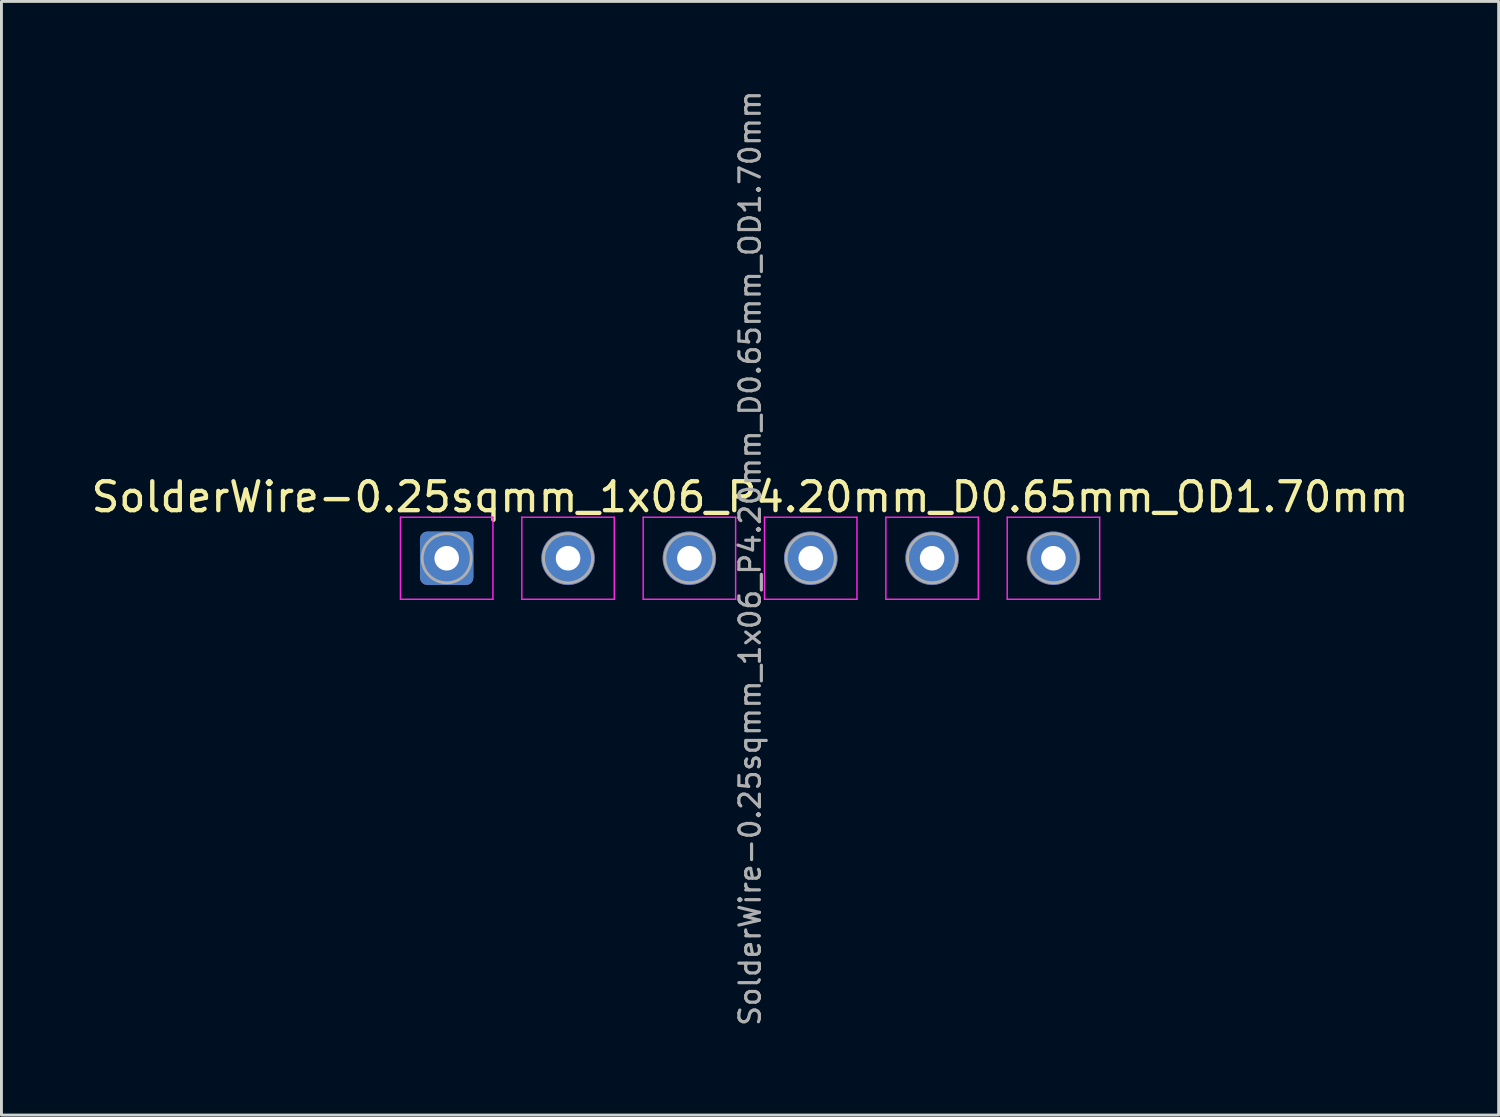
<source format=kicad_pcb>
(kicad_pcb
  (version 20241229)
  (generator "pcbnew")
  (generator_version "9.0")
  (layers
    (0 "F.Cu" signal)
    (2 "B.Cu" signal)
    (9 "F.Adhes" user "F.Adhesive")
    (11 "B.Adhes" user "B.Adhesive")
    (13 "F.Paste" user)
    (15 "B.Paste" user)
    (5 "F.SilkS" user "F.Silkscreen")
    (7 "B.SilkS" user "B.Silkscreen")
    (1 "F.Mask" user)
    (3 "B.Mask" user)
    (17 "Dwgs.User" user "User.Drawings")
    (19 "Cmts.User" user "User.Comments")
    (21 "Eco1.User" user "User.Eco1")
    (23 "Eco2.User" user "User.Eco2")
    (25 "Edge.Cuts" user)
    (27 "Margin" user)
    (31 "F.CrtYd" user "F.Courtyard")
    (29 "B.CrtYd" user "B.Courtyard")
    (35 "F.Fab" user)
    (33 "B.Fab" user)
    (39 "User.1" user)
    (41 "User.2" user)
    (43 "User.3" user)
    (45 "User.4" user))
  (footprint "SolderWire-0.25sqmm_1x06_P4.20mm_D0.65mm_OD1.70mm"
    (layer "F.Cu")
    (at 12.411 16.272)
    (property "Reference" "SolderWire-0.25sqmm_1x06_P4.20mm_D0.65mm_OD1.70mm" (at 10.5 -2.12 0) (layer "F.SilkS") (effects (font (size 1 1) (thickness 0.15))))
    (attr exclude_from_pos_files exclude_from_bom)
    (fp_line (start -1.6 -1.42) (end -1.6 1.42) (stroke (width 0.05) (type solid)) (layer "F.CrtYd"))
    (fp_line (start -1.6 1.42) (end 1.6 1.42) (stroke (width 0.05) (type solid)) (layer "F.CrtYd"))
    (fp_line (start 1.6 -1.42) (end -1.6 -1.42) (stroke (width 0.05) (type solid)) (layer "F.CrtYd"))
    (fp_line (start 1.6 1.42) (end 1.6 -1.42) (stroke (width 0.05) (type solid)) (layer "F.CrtYd"))
    (fp_line (start 2.6 -1.42) (end 2.6 1.42) (stroke (width 0.05) (type solid)) (layer "F.CrtYd"))
    (fp_line (start 2.6 1.42) (end 5.8 1.42) (stroke (width 0.05) (type solid)) (layer "F.CrtYd"))
    (fp_line (start 5.8 -1.42) (end 2.6 -1.42) (stroke (width 0.05) (type solid)) (layer "F.CrtYd"))
    (fp_line (start 5.8 1.42) (end 5.8 -1.42) (stroke (width 0.05) (type solid)) (layer "F.CrtYd"))
    (fp_line (start 6.8 -1.42) (end 6.8 1.42) (stroke (width 0.05) (type solid)) (layer "F.CrtYd"))
    (fp_line (start 6.8 1.42) (end 10 1.42) (stroke (width 0.05) (type solid)) (layer "F.CrtYd"))
    (fp_line (start 10 -1.42) (end 6.8 -1.42) (stroke (width 0.05) (type solid)) (layer "F.CrtYd"))
    (fp_line (start 10 1.42) (end 10 -1.42) (stroke (width 0.05) (type solid)) (layer "F.CrtYd"))
    (fp_line (start 11 -1.42) (end 11 1.42) (stroke (width 0.05) (type solid)) (layer "F.CrtYd"))
    (fp_line (start 11 1.42) (end 14.2 1.42) (stroke (width 0.05) (type solid)) (layer "F.CrtYd"))
    (fp_line (start 14.2 -1.42) (end 11 -1.42) (stroke (width 0.05) (type solid)) (layer "F.CrtYd"))
    (fp_line (start 14.2 1.42) (end 14.2 -1.42) (stroke (width 0.05) (type solid)) (layer "F.CrtYd"))
    (fp_line (start 15.2 -1.42) (end 15.2 1.42) (stroke (width 0.05) (type solid)) (layer "F.CrtYd"))
    (fp_line (start 15.2 1.42) (end 18.4 1.42) (stroke (width 0.05) (type solid)) (layer "F.CrtYd"))
    (fp_line (start 18.4 -1.42) (end 15.2 -1.42) (stroke (width 0.05) (type solid)) (layer "F.CrtYd"))
    (fp_line (start 18.4 1.42) (end 18.4 -1.42) (stroke (width 0.05) (type solid)) (layer "F.CrtYd"))
    (fp_line (start 19.4 -1.42) (end 19.4 1.42) (stroke (width 0.05) (type solid)) (layer "F.CrtYd"))
    (fp_line (start 19.4 1.42) (end 22.6 1.42) (stroke (width 0.05) (type solid)) (layer "F.CrtYd"))
    (fp_line (start 22.6 -1.42) (end 19.4 -1.42) (stroke (width 0.05) (type solid)) (layer "F.CrtYd"))
    (fp_line (start 22.6 1.42) (end 22.6 -1.42) (stroke (width 0.05) (type solid)) (layer "F.CrtYd"))
    (fp_circle (center 0 0) (end 0.85 0) (stroke (width 0.1) (type solid)) (fill no) (layer "F.Fab"))
    (fp_circle (center 4.2 0) (end 5.05 0) (stroke (width 0.1) (type solid)) (fill no) (layer "F.Fab"))
    (fp_circle (center 8.4 0) (end 9.25 0) (stroke (width 0.1) (type solid)) (fill no) (layer "F.Fab"))
    (fp_circle (center 12.6 0) (end 13.45 0) (stroke (width 0.1) (type solid)) (fill no) (layer "F.Fab"))
    (fp_circle (center 16.8 0) (end 17.65 0) (stroke (width 0.1) (type solid)) (fill no) (layer "F.Fab"))
    (fp_circle (center 21 0) (end 21.85 0) (stroke (width 0.1) (type solid)) (fill no) (layer "F.Fab"))
    (fp_text user "${REFERENCE}" (at 10.5 0 90) (layer "F.Fab") (effects (font (size 0.71 0.71) (thickness 0.11))))
    (pad "1" thru_hole roundrect (at 0 0) (size 1.85 1.85) (drill 0.85) (layers "*.Cu" "*.Mask") (roundrect_rratio 0.135))
    (pad "2" thru_hole circle (at 4.2 0) (size 1.85 1.85) (drill 0.85) (layers "*.Cu" "*.Mask"))
    (pad "3" thru_hole circle (at 8.4 0) (size 1.85 1.85) (drill 0.85) (layers "*.Cu" "*.Mask"))
    (pad "4" thru_hole circle (at 12.6 0) (size 1.85 1.85) (drill 0.85) (layers "*.Cu" "*.Mask"))
    (pad "5" thru_hole circle (at 16.8 0) (size 1.85 1.85) (drill 0.85) (layers "*.Cu" "*.Mask"))
    (pad "6" thru_hole circle (at 21 0) (size 1.85 1.85) (drill 0.85) (layers "*.Cu" "*.Mask")))
  (gr_rect
    (start -3 -3)
    (end 48.821 35.544)
    (stroke (width 0.1) (type default))
    (fill no)
    (layer "Edge.Cuts")))
</source>
